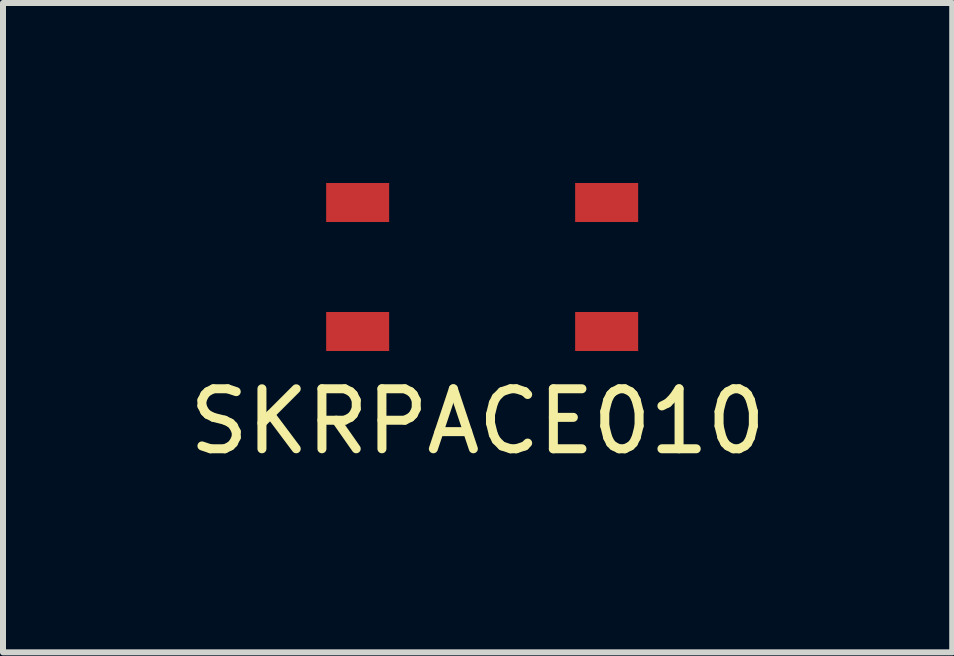
<source format=kicad_pcb>
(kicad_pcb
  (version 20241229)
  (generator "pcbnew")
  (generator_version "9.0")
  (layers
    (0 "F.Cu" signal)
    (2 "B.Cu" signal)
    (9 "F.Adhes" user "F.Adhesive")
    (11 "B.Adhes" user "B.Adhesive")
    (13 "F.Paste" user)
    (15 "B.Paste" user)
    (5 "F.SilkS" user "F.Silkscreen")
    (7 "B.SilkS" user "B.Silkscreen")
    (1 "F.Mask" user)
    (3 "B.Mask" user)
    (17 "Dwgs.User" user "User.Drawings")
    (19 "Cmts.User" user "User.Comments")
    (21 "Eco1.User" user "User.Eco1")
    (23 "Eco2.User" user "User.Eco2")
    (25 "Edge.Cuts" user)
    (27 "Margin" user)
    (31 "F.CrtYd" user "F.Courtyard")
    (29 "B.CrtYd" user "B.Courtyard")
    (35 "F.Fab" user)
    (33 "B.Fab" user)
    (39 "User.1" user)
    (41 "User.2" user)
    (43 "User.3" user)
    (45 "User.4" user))
  (footprint "SKRPACE010"
    (layer "F.Cu")
    (at 2.911 2.475)
    (property "Reference" "SKRPACE010" (at 2 1.5 0) (layer "F.SilkS") (effects (font (size 1 1) (thickness 0.15))))
    (attr through_hole)
    (pad "1" smd rect (at 0 -2.15) (size 1.05 0.65) (layers "F.Cu" "F.Mask" "F.Paste"))
    (pad "1" smd rect (at 4.15 -2.15) (size 1.05 0.65) (layers "F.Cu" "F.Mask" "F.Paste"))
    (pad "2" smd rect (at 0 0) (size 1.05 0.65) (layers "F.Cu" "F.Mask" "F.Paste"))
    (pad "2" smd rect (at 4.15 0) (size 1.05 0.65) (layers "F.Cu" "F.Mask" "F.Paste")))
  (gr_rect
    (start -3 -3)
    (end 12.821 7.823)
    (stroke (width 0.1) (type default))
    (fill no)
    (layer "Edge.Cuts")))
</source>
